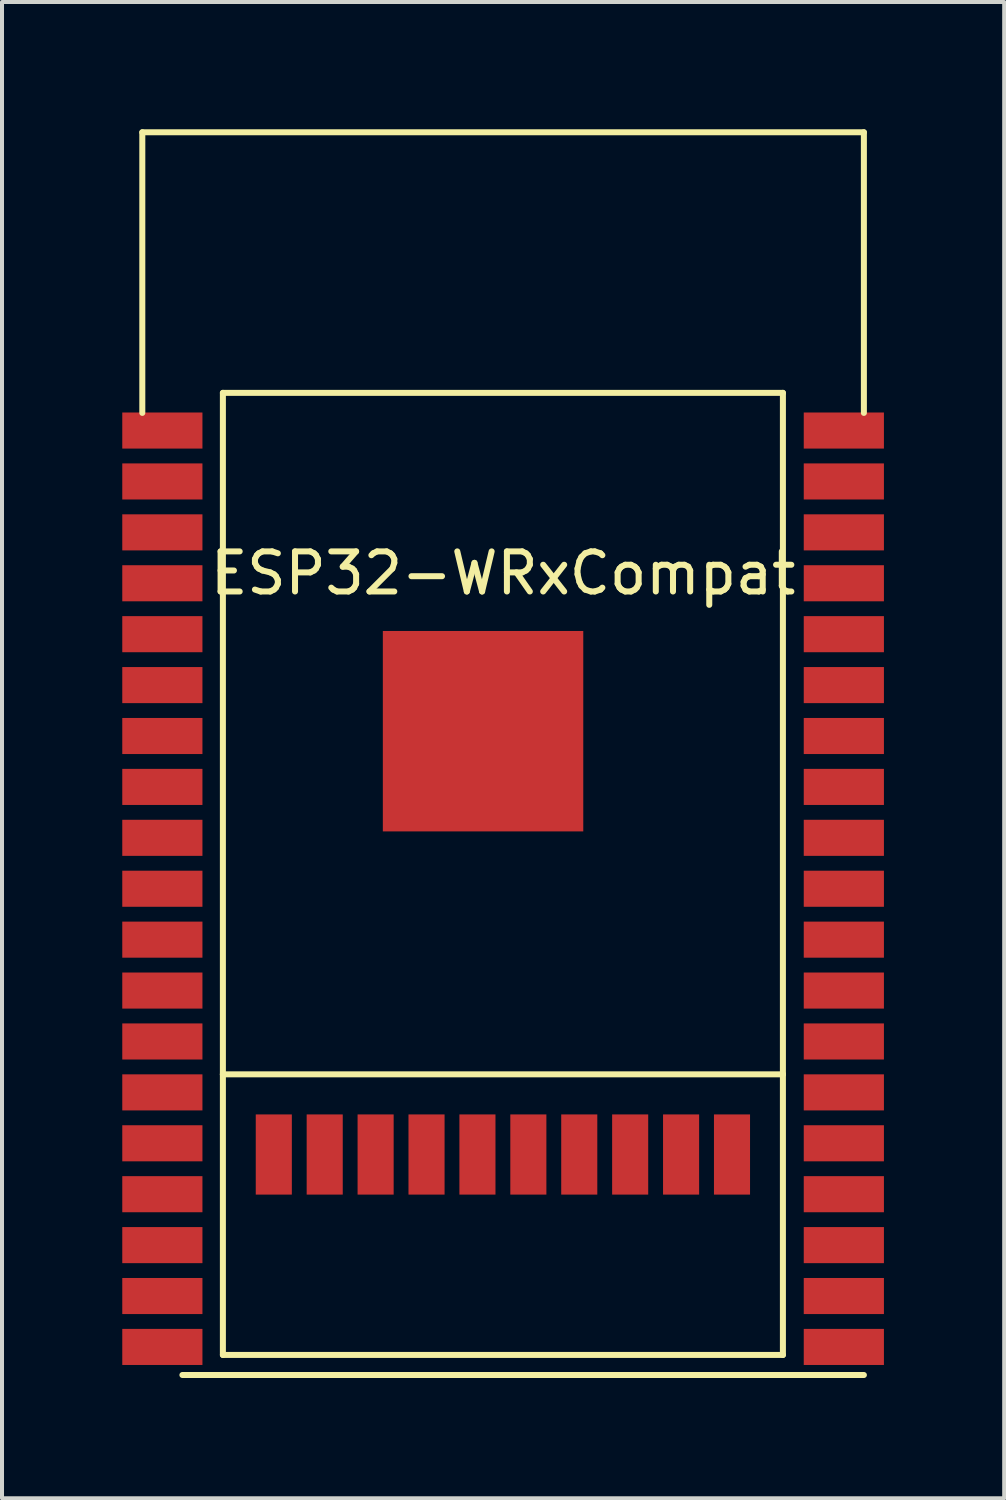
<source format=kicad_pcb>
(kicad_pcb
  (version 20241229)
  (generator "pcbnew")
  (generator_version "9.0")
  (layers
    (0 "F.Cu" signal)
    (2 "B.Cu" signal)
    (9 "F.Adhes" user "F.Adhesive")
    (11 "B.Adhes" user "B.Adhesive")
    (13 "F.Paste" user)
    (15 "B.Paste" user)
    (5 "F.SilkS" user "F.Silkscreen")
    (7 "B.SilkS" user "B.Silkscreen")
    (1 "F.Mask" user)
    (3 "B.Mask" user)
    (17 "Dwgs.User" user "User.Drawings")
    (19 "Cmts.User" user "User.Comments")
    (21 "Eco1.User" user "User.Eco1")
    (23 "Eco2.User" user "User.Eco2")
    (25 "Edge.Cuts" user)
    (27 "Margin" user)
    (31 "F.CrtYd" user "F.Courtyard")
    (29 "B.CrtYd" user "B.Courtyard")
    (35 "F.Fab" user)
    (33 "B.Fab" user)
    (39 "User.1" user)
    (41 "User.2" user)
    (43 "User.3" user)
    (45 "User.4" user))
  (footprint "ESP32-WRxCompat"
    (layer "F.Cu")
    (at 0.5 0.25)
    (property "Reference" "ESP32-WRxCompat" (at 9 11 0) (layer "F.SilkS") (effects (font (size 1 1) (thickness 0.15))))
    (attr through_hole)
    (fp_line (start 0 0) (end 0 7) (stroke (width 0.15) (type solid)) (layer "F.SilkS"))
    (fp_line (start 0 0) (end 18 0) (stroke (width 0.15) (type solid)) (layer "F.SilkS"))
    (fp_line (start 1 31) (end 18 31) (stroke (width 0.15) (type solid)) (layer "F.SilkS"))
    (fp_line (start 2.01 6.5) (end 2.01 23.5) (stroke (width 0.15) (type solid)) (layer "F.SilkS"))
    (fp_line (start 2.01 23.5) (end 2.01 30.5) (stroke (width 0.15) (type solid)) (layer "F.SilkS"))
    (fp_line (start 2.01 23.5) (end 15.98 23.5) (stroke (width 0.15) (type solid)) (layer "F.SilkS"))
    (fp_line (start 2.01 30.5) (end 15.98 30.5) (stroke (width 0.15) (type solid)) (layer "F.SilkS"))
    (fp_line (start 15.98 6.5) (end 2.01 6.5) (stroke (width 0.15) (type solid)) (layer "F.SilkS"))
    (fp_line (start 15.98 23.5) (end 15.98 6.5) (stroke (width 0.15) (type solid)) (layer "F.SilkS"))
    (fp_line (start 15.98 30.5) (end 15.98 23.5) (stroke (width 0.15) (type solid)) (layer "F.SilkS"))
    (fp_line (start 18 0) (end 18 7) (stroke (width 0.15) (type solid)) (layer "F.SilkS"))
    (pad "1" smd rect (at 0.5 7.44) (size 2 0.9) (layers "F.Cu" "F.Mask" "F.Paste"))
    (pad "2" smd rect (at 0.5 8.71) (size 2 0.9) (layers "F.Cu" "F.Mask" "F.Paste"))
    (pad "3" smd rect (at 0.5 9.98) (size 2 0.9) (layers "F.Cu" "F.Mask" "F.Paste"))
    (pad "4" smd rect (at 0.5 11.25) (size 2 0.9) (layers "F.Cu" "F.Mask" "F.Paste"))
    (pad "5" smd rect (at 0.5 12.52) (size 2 0.9) (layers "F.Cu" "F.Mask" "F.Paste"))
    (pad "6" smd rect (at 0.5 13.79) (size 2 0.9) (layers "F.Cu" "F.Mask" "F.Paste"))
    (pad "7" smd rect (at 0.5 15.06) (size 2 0.9) (layers "F.Cu" "F.Mask" "F.Paste"))
    (pad "8" smd rect (at 0.5 16.33) (size 2 0.9) (layers "F.Cu" "F.Mask" "F.Paste"))
    (pad "9" smd rect (at 0.5 17.6) (size 2 0.9) (layers "F.Cu" "F.Mask" "F.Paste"))
    (pad "10" smd rect (at 0.5 18.87) (size 2 0.9) (layers "F.Cu" "F.Mask" "F.Paste"))
    (pad "11" smd rect (at 0.5 20.14) (size 2 0.9) (layers "F.Cu" "F.Mask" "F.Paste"))
    (pad "12" smd rect (at 0.5 21.41) (size 2 0.9) (layers "F.Cu" "F.Mask" "F.Paste"))
    (pad "13" smd rect (at 0.5 22.68) (size 2 0.9) (layers "F.Cu" "F.Mask" "F.Paste"))
    (pad "14" smd rect (at 0.5 23.95) (size 2 0.9) (layers "F.Cu" "F.Mask" "F.Paste"))
    (pad "15" smd rect (at 0.5 25.22) (size 2 0.9) (layers "F.Cu" "F.Mask" "F.Paste"))
    (pad "15" smd rect (at 3.28 25.5) (size 0.9 2) (layers "F.Cu" "F.Mask" "F.Paste"))
    (pad "16" smd rect (at 0.5 26.49) (size 2 0.9) (layers "F.Cu" "F.Mask" "F.Paste"))
    (pad "16" smd rect (at 4.55 25.5) (size 0.9 2) (layers "F.Cu" "F.Mask" "F.Paste"))
    (pad "17" smd rect (at 0.5 27.76) (size 2 0.9) (layers "F.Cu" "F.Mask" "F.Paste"))
    (pad "17" smd rect (at 5.82 25.5) (size 0.9 2) (layers "F.Cu" "F.Mask" "F.Paste"))
    (pad "18" smd rect (at 0.5 29.03) (size 2 0.9) (layers "F.Cu" "F.Mask" "F.Paste"))
    (pad "18" smd rect (at 7.09 25.5) (size 0.9 2) (layers "F.Cu" "F.Mask" "F.Paste"))
    (pad "19" smd rect (at 0.5 30.3) (size 2 0.9) (layers "F.Cu" "F.Mask" "F.Paste"))
    (pad "19" smd rect (at 8.36 25.5) (size 0.9 2) (layers "F.Cu" "F.Mask" "F.Paste"))
    (pad "20" smd rect (at 9.63 25.5) (size 0.9 2) (layers "F.Cu" "F.Mask" "F.Paste"))
    (pad "20" smd rect (at 17.5 30.3) (size 2 0.9) (layers "F.Cu" "F.Mask" "F.Paste"))
    (pad "21" smd rect (at 10.9 25.5) (size 0.9 2) (layers "F.Cu" "F.Mask" "F.Paste"))
    (pad "21" smd rect (at 17.5 29.03) (size 2 0.9) (layers "F.Cu" "F.Mask" "F.Paste"))
    (pad "22" smd rect (at 12.17 25.5) (size 0.9 2) (layers "F.Cu" "F.Mask" "F.Paste"))
    (pad "22" smd rect (at 17.5 27.76) (size 2 0.9) (layers "F.Cu" "F.Mask" "F.Paste"))
    (pad "23" smd rect (at 13.44 25.5) (size 0.9 2) (layers "F.Cu" "F.Mask" "F.Paste"))
    (pad "23" smd rect (at 17.5 26.49) (size 2 0.9) (layers "F.Cu" "F.Mask" "F.Paste"))
    (pad "24" smd rect (at 14.71 25.5) (size 0.9 2) (layers "F.Cu" "F.Mask" "F.Paste"))
    (pad "24" smd rect (at 17.5 25.22) (size 2 0.9) (layers "F.Cu" "F.Mask" "F.Paste"))
    (pad "25" smd rect (at 17.5 23.95) (size 2 0.9) (layers "F.Cu" "F.Mask" "F.Paste"))
    (pad "26" smd rect (at 17.5 22.68) (size 2 0.9) (layers "F.Cu" "F.Mask" "F.Paste"))
    (pad "27" smd rect (at 17.5 21.41) (size 2 0.9) (layers "F.Cu" "F.Mask" "F.Paste"))
    (pad "28" smd rect (at 17.5 20.14) (size 2 0.9) (layers "F.Cu" "F.Mask" "F.Paste"))
    (pad "29" smd rect (at 17.5 18.87) (size 2 0.9) (layers "F.Cu" "F.Mask" "F.Paste"))
    (pad "30" smd rect (at 17.5 17.6) (size 2 0.9) (layers "F.Cu" "F.Mask" "F.Paste"))
    (pad "31" smd rect (at 17.5 16.33) (size 2 0.9) (layers "F.Cu" "F.Mask" "F.Paste"))
    (pad "32" smd rect (at 17.5 15.06) (size 2 0.9) (layers "F.Cu" "F.Mask" "F.Paste"))
    (pad "33" smd rect (at 17.5 13.79) (size 2 0.9) (layers "F.Cu" "F.Mask" "F.Paste"))
    (pad "34" smd rect (at 17.5 12.52) (size 2 0.9) (layers "F.Cu" "F.Mask" "F.Paste"))
    (pad "35" smd rect (at 17.5 11.25) (size 2 0.9) (layers "F.Cu" "F.Mask" "F.Paste"))
    (pad "36" smd rect (at 17.5 9.98) (size 2 0.9) (layers "F.Cu" "F.Mask" "F.Paste"))
    (pad "37" smd rect (at 17.5 8.71) (size 2 0.9) (layers "F.Cu" "F.Mask" "F.Paste"))
    (pad "38" smd rect (at 17.5 7.44) (size 2 0.9) (layers "F.Cu" "F.Mask" "F.Paste"))
    (pad "39" smd rect (at 8.5 14.94) (size 5 5) (layers "F.Cu" "F.Mask" "F.Paste")))
  (gr_rect
    (start -3 -3)
    (end 22 34.325)
    (stroke (width 0.1) (type default))
    (fill no)
    (layer "Edge.Cuts")))
</source>
